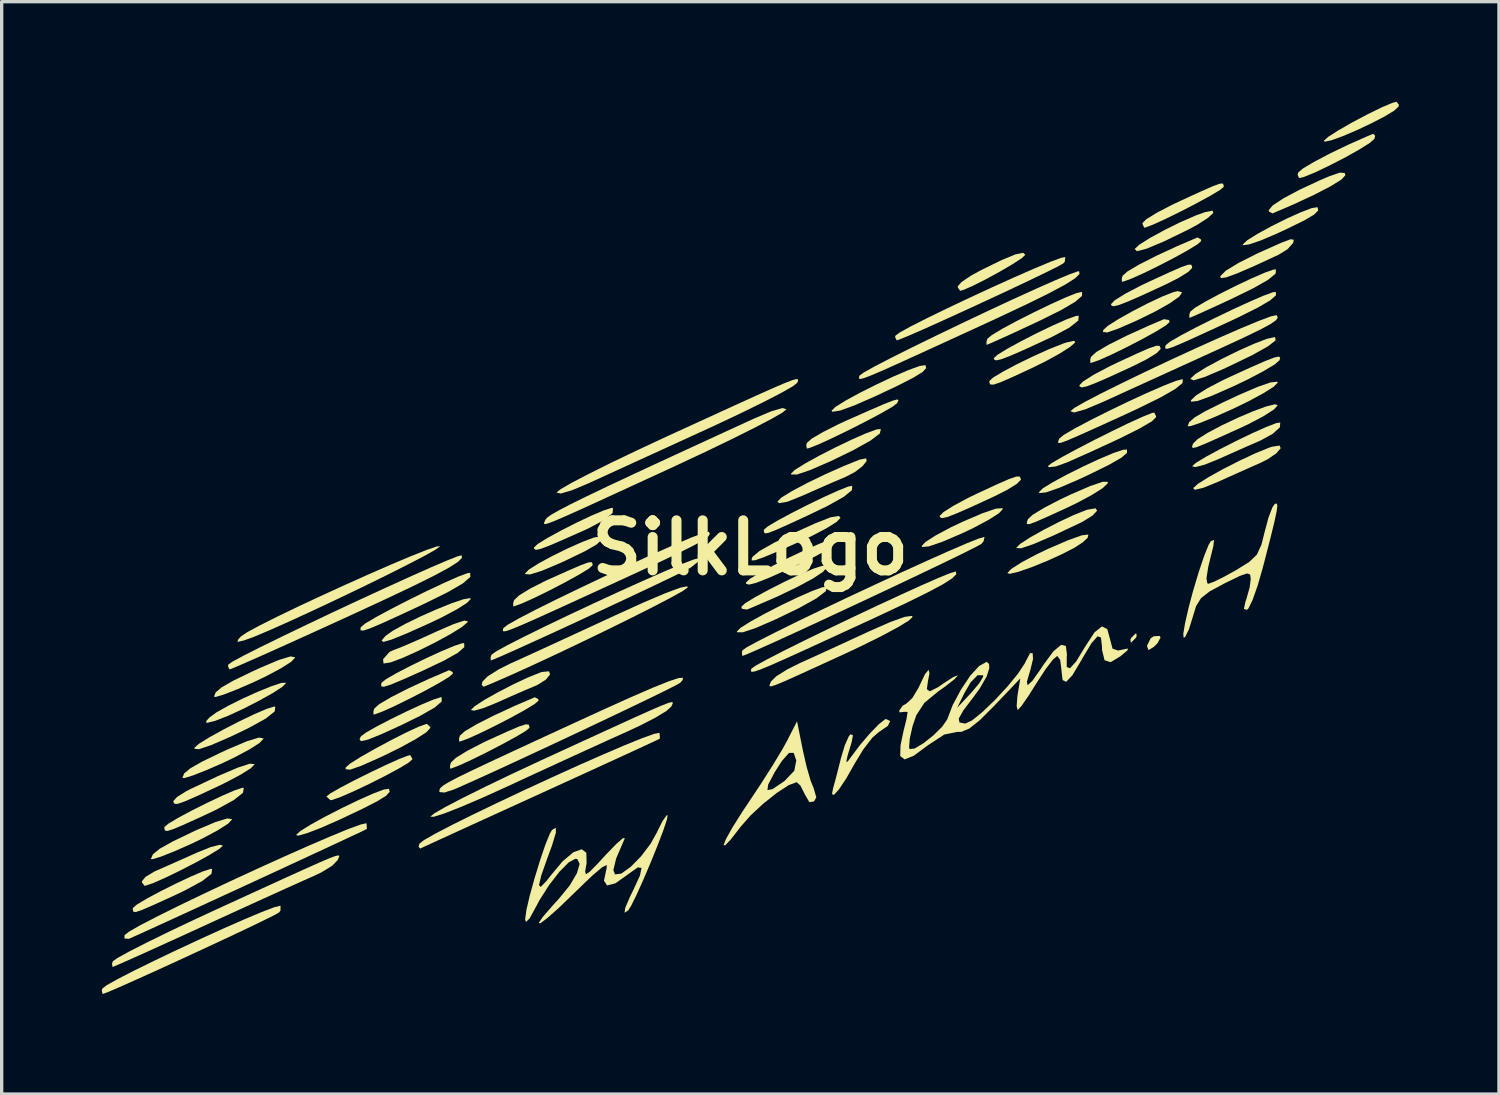
<source format=kicad_pcb>
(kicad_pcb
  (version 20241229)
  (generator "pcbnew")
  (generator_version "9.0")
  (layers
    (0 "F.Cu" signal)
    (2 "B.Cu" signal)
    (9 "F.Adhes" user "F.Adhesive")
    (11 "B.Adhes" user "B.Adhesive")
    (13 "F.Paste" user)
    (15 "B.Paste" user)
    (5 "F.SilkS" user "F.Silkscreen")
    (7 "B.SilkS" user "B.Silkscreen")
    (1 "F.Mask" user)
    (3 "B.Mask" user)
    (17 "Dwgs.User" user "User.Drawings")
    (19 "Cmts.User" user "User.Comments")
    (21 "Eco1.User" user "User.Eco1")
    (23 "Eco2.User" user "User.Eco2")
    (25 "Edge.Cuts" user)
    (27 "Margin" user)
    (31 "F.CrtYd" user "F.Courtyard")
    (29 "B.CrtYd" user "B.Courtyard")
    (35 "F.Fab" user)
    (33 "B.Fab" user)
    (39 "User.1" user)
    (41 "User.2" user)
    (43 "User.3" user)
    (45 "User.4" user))
  (footprint "SilkLogo"
    (layer "F.Cu")
    (at 19.44 13.367)
    (property "Reference" "SilkLogo" (at 0 0 0) (layer "F.SilkS") (effects (font (size 1.5 1.5) (thickness 0.3))))
    (attr board_only exclude_from_pos_files exclude_from_bom)
    (fp_poly (pts (xy 11.577 2.654) (xy 11.552 2.702) (xy 11.424 2.831) (xy 11.401 2.837) (xy 11.391 2.75) (xy 11.416 2.702) (xy 11.544 2.573) (xy 11.568 2.567)) (stroke (width 0) (type solid)) (fill yes) (layer "F.SilkS"))
    (fp_poly (pts (xy 12.295 2.69) (xy 12.202 2.862) (xy 12.092 2.972) (xy 11.932 3.068) (xy 11.889 2.951) (xy 11.889 2.936) (xy 11.999 2.712) (xy 12.092 2.653) (xy 12.266 2.643)) (stroke (width 0) (type solid)) (fill yes) (layer "F.SilkS"))
    (fp_poly (pts (xy 16.287 -9.232) (xy 16.269 -9.138) (xy 16.103 -8.95) (xy 15.834 -8.783) (xy 15.105 -8.446) (xy 14.591 -8.224) (xy 14.267 -8.105) (xy 14.107 -8.081) (xy 14.082 -8.136) (xy 14.244 -8.299) (xy 14.628 -8.535) (xy 15.204 -8.825) (xy 15.905 -9.138) (xy 16.189 -9.246)) (stroke (width 0) (type solid)) (fill yes) (layer "F.SilkS"))
    (fp_poly (pts (xy 13.876 -10.037) (xy 13.717 -9.889) (xy 13.404 -9.686) (xy 13.13 -9.538) (xy 12.395 -9.181) (xy 11.879 -8.964) (xy 11.586 -8.888) (xy 11.518 -8.953) (xy 11.659 -9.085) (xy 11.981 -9.287) (xy 12.415 -9.524) (xy 12.894 -9.76) (xy 13.35 -9.959) (xy 13.629 -10.06) (xy 13.855 -10.103)) (stroke (width 0) (type solid)) (fill yes) (layer "F.SilkS"))
    (fp_poly (pts (xy 17.812 -11.233) (xy 17.834 -11.164) (xy 17.715 -11.035) (xy 17.383 -10.83) (xy 16.88 -10.57) (xy 16.246 -10.276) (xy 15.647 -10.02) (xy 15.543 -10.077) (xy 15.537 -10.119) (xy 15.656 -10.261) (xy 15.982 -10.475) (xy 16.471 -10.735) (xy 17.078 -11.018) (xy 17.327 -11.124) (xy 17.662 -11.243)) (stroke (width 0) (type solid)) (fill yes) (layer "F.SilkS"))
    (fp_poly (pts (xy -14.24 4.765) (xy -14.256 4.905) (xy -14.519 5.116) (xy -15.032 5.4) (xy -15.566 5.657) (xy -16.16 5.915) (xy -16.525 6.038) (xy -16.663 6.026) (xy -16.66 5.993) (xy -16.524 5.873) (xy -16.214 5.681) (xy -15.794 5.449) (xy -15.327 5.208) (xy -14.876 4.992) (xy -14.505 4.832) (xy -14.278 4.761)) (stroke (width 0) (type solid)) (fill yes) (layer "F.SilkS"))
    (fp_poly (pts (xy 2.262 1.301) (xy 1.983 1.515) (xy 1.455 1.809) (xy 0.777 2.137) (xy 0.171 2.401) (xy -0.224 2.534) (xy -0.398 2.533) (xy -0.405 2.511) (xy -0.292 2.399) (xy 0.007 2.211) (xy 0.431 1.976) (xy 0.919 1.726) (xy 1.41 1.49) (xy 1.843 1.3) (xy 2.157 1.184) (xy 2.289 1.17)) (stroke (width 0) (type solid)) (fill yes) (layer "F.SilkS"))
    (fp_poly (pts (xy 3.883 -3.428) (xy 3.604 -3.214) (xy 3.076 -2.92) (xy 2.398 -2.591) (xy 1.792 -2.328) (xy 1.397 -2.195) (xy 1.224 -2.196) (xy 1.216 -2.218) (xy 1.329 -2.33) (xy 1.628 -2.518) (xy 2.052 -2.753) (xy 2.54 -3.003) (xy 3.031 -3.238) (xy 3.464 -3.429) (xy 3.779 -3.545) (xy 3.91 -3.559)) (stroke (width 0) (type solid)) (fill yes) (layer "F.SilkS"))
    (fp_poly (pts (xy 7.566 -1.159) (xy 7.45 -1.034) (xy 7.139 -0.835) (xy 6.686 -0.594) (xy 6.35 -0.434) (xy 5.754 -0.179) (xy 5.347 -0.04) (xy 5.15 -0.023) (xy 5.134 -0.05) (xy 5.249 -0.174) (xy 5.56 -0.373) (xy 6.013 -0.614) (xy 6.35 -0.774) (xy 6.953 -1.033) (xy 7.359 -1.172) (xy 7.552 -1.185)) (stroke (width 0) (type solid)) (fill yes) (layer "F.SilkS"))
    (fp_poly (pts (xy 8.241 -8.78) (xy 8.132 -8.677) (xy 7.849 -8.493) (xy 7.462 -8.267) (xy 7.041 -8.038) (xy 6.655 -7.844) (xy 6.374 -7.723) (xy 6.286 -7.701) (xy 6.217 -7.805) (xy 6.215 -7.834) (xy 6.326 -7.962) (xy 6.613 -8.156) (xy 6.899 -8.313) (xy 7.525 -8.619) (xy 7.943 -8.792) (xy 8.174 -8.841)) (stroke (width 0) (type solid)) (fill yes) (layer "F.SilkS"))
    (fp_poly (pts (xy 10.107 -0.297) (xy 9.964 -0.163) (xy 9.708 0.003) (xy 9.323 0.2) (xy 8.874 0.403) (xy 8.424 0.585) (xy 8.036 0.72) (xy 7.776 0.782) (xy 7.701 0.761) (xy 7.817 0.637) (xy 8.127 0.438) (xy 8.58 0.197) (xy 8.917 0.036) (xy 9.526 -0.227) (xy 9.935 -0.372) (xy 10.132 -0.396)) (stroke (width 0) (type solid)) (fill yes) (layer "F.SilkS"))
    (fp_poly (pts (xy 12.941 -7.654) (xy 12.856 -7.529) (xy 12.584 -7.335) (xy 12.155 -7.092) (xy 11.601 -6.819) (xy 11.035 -6.571) (xy 10.698 -6.452) (xy 10.569 -6.469) (xy 10.573 -6.521) (xy 10.711 -6.649) (xy 11.027 -6.85) (xy 11.451 -7.088) (xy 11.914 -7.327) (xy 12.347 -7.531) (xy 12.68 -7.662) (xy 12.809 -7.692)) (stroke (width 0) (type solid)) (fill yes) (layer "F.SilkS"))
    (fp_poly (pts (xy -15.539 8.134) (xy -15.537 8.145) (xy -15.652 8.269) (xy -15.963 8.468) (xy -16.415 8.71) (xy -16.753 8.873) (xy -17.264 9.099) (xy -17.669 9.259) (xy -17.917 9.334) (xy -17.969 9.328) (xy -17.908 9.189) (xy -17.704 9.022) (xy -17.321 8.807) (xy -16.727 8.521) (xy -16.574 8.451) (xy -16.031 8.221) (xy -15.679 8.114)) (stroke (width 0) (type solid)) (fill yes) (layer "F.SilkS"))
    (fp_poly (pts (xy -14.593 5.715) (xy -14.591 5.724) (xy -14.707 5.848) (xy -15.018 6.047) (xy -15.471 6.288) (xy -15.807 6.449) (xy -16.319 6.672) (xy -16.724 6.83) (xy -16.971 6.904) (xy -17.023 6.896) (xy -16.97 6.765) (xy -16.785 6.61) (xy -16.432 6.41) (xy -15.876 6.141) (xy -15.639 6.032) (xy -15.081 5.796) (xy -14.728 5.689)) (stroke (width 0) (type solid)) (fill yes) (layer "F.SilkS"))
    (fp_poly (pts (xy -13.647 3.283) (xy -13.646 3.292) (xy -13.761 3.417) (xy -14.072 3.615) (xy -14.525 3.856) (xy -14.862 4.017) (xy -15.373 4.24) (xy -15.778 4.398) (xy -16.026 4.472) (xy -16.078 4.464) (xy -16.024 4.333) (xy -15.839 4.179) (xy -15.486 3.978) (xy -14.93 3.709) (xy -14.693 3.6) (xy -14.136 3.364) (xy -13.782 3.257)) (stroke (width 0) (type solid)) (fill yes) (layer "F.SilkS"))
    (fp_poly (pts (xy -9.251 4.485) (xy -9.252 4.608) (xy -9.461 4.788) (xy -9.895 5.037) (xy -10.451 5.31) (xy -11.061 5.589) (xy -11.457 5.749) (xy -11.667 5.797) (xy -11.715 5.74) (xy -11.676 5.657) (xy -11.527 5.543) (xy -11.206 5.36) (xy -10.779 5.138) (xy -10.309 4.908) (xy -9.859 4.701) (xy -9.495 4.549) (xy -9.28 4.481)) (stroke (width 0) (type solid)) (fill yes) (layer "F.SilkS"))
    (fp_poly (pts (xy -8.923 3.727) (xy -8.917 3.773) (xy -9.029 3.871) (xy -9.322 4.049) (xy -9.732 4.275) (xy -10.196 4.515) (xy -10.648 4.738) (xy -11.025 4.908) (xy -11.264 4.994) (xy -11.296 4.999) (xy -11.297 4.898) (xy -11.271 4.818) (xy -11.12 4.685) (xy -10.765 4.477) (xy -10.252 4.216) (xy -9.63 3.928) (xy -9.027 3.67)) (stroke (width 0) (type solid)) (fill yes) (layer "F.SilkS"))
    (fp_poly (pts (xy -8.377 1.531) (xy -8.492 1.652) (xy -8.803 1.849) (xy -9.258 2.091) (xy -9.626 2.266) (xy -10.302 2.569) (xy -10.754 2.753) (xy -10.999 2.823) (xy -11.053 2.783) (xy -10.939 2.645) (xy -10.713 2.485) (xy -10.342 2.281) (xy -9.886 2.059) (xy -9.404 1.845) (xy -8.956 1.665) (xy -8.602 1.545) (xy -8.401 1.511)) (stroke (width 0) (type solid)) (fill yes) (layer "F.SilkS"))
    (fp_poly (pts (xy -6.356 4.538) (xy -6.35 4.583) (xy -6.462 4.681) (xy -6.755 4.86) (xy -7.165 5.086) (xy -7.629 5.326) (xy -8.081 5.548) (xy -8.458 5.719) (xy -8.697 5.805) (xy -8.729 5.81) (xy -8.73 5.709) (xy -8.704 5.629) (xy -8.553 5.496) (xy -8.198 5.287) (xy -7.685 5.027) (xy -7.063 4.739) (xy -6.46 4.481)) (stroke (width 0) (type solid)) (fill yes) (layer "F.SilkS"))
    (fp_poly (pts (xy -4.479 -0.336) (xy -4.463 -0.235) (xy -4.61 -0.097) (xy -4.945 0.097) (xy -5.498 0.365) (xy -5.708 0.462) (xy -6.246 0.689) (xy -6.601 0.8) (xy -6.751 0.788) (xy -6.754 0.773) (xy -6.64 0.655) (xy -6.346 0.469) (xy -5.937 0.247) (xy -5.481 0.023) (xy -5.044 -0.172) (xy -4.693 -0.305) (xy -4.495 -0.343)) (stroke (width 0) (type solid)) (fill yes) (layer "F.SilkS"))
    (fp_poly (pts (xy 2.291 0.588) (xy 2.179 0.722) (xy 1.874 0.923) (xy 1.403 1.177) (xy 0.797 1.468) (xy 0.082 1.777) (xy -0.101 1.852) (xy -0.253 1.829) (xy -0.27 1.77) (xy -0.157 1.664) (xy 0.14 1.482) (xy 0.556 1.256) (xy 1.028 1.017) (xy 1.493 0.797) (xy 1.886 0.629) (xy 2.143 0.545) (xy 2.181 0.54)) (stroke (width 0) (type solid)) (fill yes) (layer "F.SilkS"))
    (fp_poly (pts (xy 2.485 -0.101) (xy 2.234 0.103) (xy 1.824 0.322) (xy 1.073 0.672) (xy 0.532 0.911) (xy 0.173 1.052) (xy -0.036 1.105) (xy -0.126 1.081) (xy -0.135 1.045) (xy -0.021 0.937) (xy 0.277 0.754) (xy 0.699 0.526) (xy 1.182 0.283) (xy 1.667 0.055) (xy 2.09 -0.128) (xy 2.39 -0.235) (xy 2.503 -0.244)) (stroke (width 0) (type solid)) (fill yes) (layer "F.SilkS"))
    (fp_poly (pts (xy 2.702 -0.897) (xy 2.586 -0.775) (xy 2.273 -0.579) (xy 1.815 -0.34) (xy 1.43 -0.161) (xy 0.801 0.117) (xy 0.382 0.292) (xy 0.139 0.376) (xy 0.038 0.38) (xy 0.043 0.314) (xy 0.069 0.268) (xy 0.274 0.097) (xy 0.727 -0.158) (xy 1.419 -0.494) (xy 1.944 -0.731) (xy 2.406 -0.913) (xy 2.652 -0.953)) (stroke (width 0) (type solid)) (fill yes) (layer "F.SilkS"))
    (fp_poly (pts (xy 3.485 -2.598) (xy 3.363 -2.447) (xy 3.139 -2.273) (xy 2.863 -2.128) (xy 2.459 -1.956) (xy 1.944 -1.731) (xy 1.587 -1.571) (xy 1.113 -1.38) (xy 0.859 -1.336) (xy 0.814 -1.387) (xy 0.931 -1.504) (xy 1.244 -1.697) (xy 1.697 -1.938) (xy 2.237 -2.199) (xy 2.808 -2.453) (xy 3.278 -2.642) (xy 3.47 -2.679)) (stroke (width 0) (type solid)) (fill yes) (layer "F.SilkS"))
    (fp_poly (pts (xy 10.392 -1.109) (xy 10.251 -0.961) (xy 9.944 -0.773) (xy 9.897 -0.75) (xy 9.08 -0.365) (xy 8.484 -0.109) (xy 8.114 0.016) (xy 7.973 0.009) (xy 7.971 -0.000005) (xy 8.084 -0.114) (xy 8.377 -0.304) (xy 8.786 -0.535) (xy 9.247 -0.772) (xy 9.692 -0.981) (xy 10.059 -1.127) (xy 10.099 -1.14) (xy 10.348 -1.182)) (stroke (width 0) (type solid)) (fill yes) (layer "F.SilkS"))
    (fp_poly (pts (xy 11.289 -2.845) (xy 11.119 -2.698) (xy 10.754 -2.488) (xy 10.172 -2.202) (xy 9.823 -2.039) (xy 9.258 -1.796) (xy 8.862 -1.659) (xy 8.664 -1.639) (xy 8.647 -1.664) (xy 8.76 -1.777) (xy 9.06 -1.962) (xy 9.483 -2.191) (xy 9.968 -2.433) (xy 10.453 -2.658) (xy 10.877 -2.837) (xy 11.177 -2.938) (xy 11.288 -2.943)) (stroke (width 0) (type solid)) (fill yes) (layer "F.SilkS"))
    (fp_poly (pts (xy 12.547 -6.826) (xy 12.565 -6.764) (xy 12.453 -6.663) (xy 12.159 -6.482) (xy 11.749 -6.255) (xy 11.286 -6.015) (xy 10.833 -5.794) (xy 10.457 -5.625) (xy 10.22 -5.543) (xy 10.191 -5.539) (xy 10.186 -5.64) (xy 10.213 -5.725) (xy 10.37 -5.868) (xy 10.738 -6.085) (xy 11.277 -6.355) (xy 11.946 -6.659) (xy 12.396 -6.85)) (stroke (width 0) (type solid)) (fill yes) (layer "F.SilkS"))
    (fp_poly (pts (xy 13.504 -9.242) (xy 13.511 -9.192) (xy 13.399 -9.093) (xy 13.105 -8.913) (xy 12.695 -8.687) (xy 12.231 -8.447) (xy 11.779 -8.226) (xy 11.403 -8.058) (xy 11.166 -7.975) (xy 11.137 -7.971) (xy 11.131 -8.072) (xy 11.157 -8.152) (xy 11.308 -8.285) (xy 11.663 -8.494) (xy 12.175 -8.754) (xy 12.798 -9.042) (xy 13.401 -9.3)) (stroke (width 0) (type solid)) (fill yes) (layer "F.SilkS"))
    (fp_poly (pts (xy 15.728 -6.309) (xy 15.744 -6.217) (xy 15.514 -6.037) (xy 15.047 -5.776) (xy 14.351 -5.439) (xy 14.159 -5.35) (xy 13.607 -5.115) (xy 13.284 -5.018) (xy 13.19 -5.058) (xy 13.194 -5.073) (xy 13.343 -5.211) (xy 13.675 -5.416) (xy 14.121 -5.656) (xy 14.615 -5.899) (xy 15.089 -6.111) (xy 15.476 -6.26) (xy 15.708 -6.312)) (stroke (width 0) (type solid)) (fill yes) (layer "F.SilkS"))
    (fp_poly (pts (xy 15.807 -4.951) (xy 15.692 -4.831) (xy 15.379 -4.632) (xy 14.919 -4.384) (xy 14.456 -4.16) (xy 13.916 -3.919) (xy 13.478 -3.741) (xy 13.192 -3.645) (xy 13.105 -3.643) (xy 13.152 -3.763) (xy 13.314 -3.905) (xy 13.629 -4.09) (xy 14.133 -4.341) (xy 14.625 -4.572) (xy 15.193 -4.817) (xy 15.59 -4.955) (xy 15.789 -4.976)) (stroke (width 0) (type solid)) (fill yes) (layer "F.SilkS"))
    (fp_poly (pts (xy 16.999 -10.203) (xy 17.02 -10.11) (xy 16.898 -9.986) (xy 16.601 -9.811) (xy 16.099 -9.564) (xy 15.764 -9.409) (xy 15.299 -9.211) (xy 14.951 -9.092) (xy 14.771 -9.067) (xy 14.758 -9.09) (xy 14.892 -9.216) (xy 15.2 -9.408) (xy 15.613 -9.634) (xy 16.065 -9.86) (xy 16.491 -10.052) (xy 16.822 -10.179) (xy 16.993 -10.206)) (stroke (width 0) (type solid)) (fill yes) (layer "F.SilkS"))
    (fp_poly (pts (xy 18.727 -12.35) (xy 18.705 -12.256) (xy 18.564 -12.132) (xy 18.247 -11.933) (xy 17.821 -11.695) (xy 17.357 -11.456) (xy 16.924 -11.249) (xy 16.59 -11.113) (xy 16.447 -11.079) (xy 16.402 -11.177) (xy 16.421 -11.248) (xy 16.564 -11.369) (xy 16.898 -11.567) (xy 17.365 -11.813) (xy 17.909 -12.075) (xy 18.472 -12.325) (xy 18.669 -12.407)) (stroke (width 0) (type solid)) (fill yes) (layer "F.SilkS"))
    (fp_poly (pts (xy 19.437 -13.279) (xy 19.426 -13.22) (xy 19.296 -13.1) (xy 19.003 -12.923) (xy 18.607 -12.718) (xy 18.169 -12.512) (xy 17.75 -12.334) (xy 17.411 -12.211) (xy 17.213 -12.171) (xy 17.188 -12.198) (xy 17.319 -12.316) (xy 17.625 -12.511) (xy 18.039 -12.748) (xy 18.492 -12.988) (xy 18.914 -13.195) (xy 19.237 -13.332) (xy 19.365 -13.367)) (stroke (width 0) (type solid)) (fill yes) (layer "F.SilkS"))
    (fp_poly (pts (xy -16.133 9.627) (xy -16.151 9.772) (xy -16.427 9.988) (xy -16.959 10.277) (xy -17.345 10.459) (xy -17.886 10.705) (xy -18.226 10.853) (xy -18.413 10.917) (xy -18.492 10.911) (xy -18.509 10.848) (xy -18.51 10.802) (xy -18.397 10.701) (xy -18.104 10.524) (xy -17.694 10.304) (xy -17.231 10.072) (xy -16.781 9.86) (xy -16.407 9.7) (xy -16.175 9.625)) (stroke (width 0) (type solid)) (fill yes) (layer "F.SilkS"))
    (fp_poly (pts (xy -15.185 7.197) (xy -15.206 7.343) (xy -15.48 7.561) (xy -16.003 7.848) (xy -16.394 8.033) (xy -16.935 8.279) (xy -17.277 8.426) (xy -17.465 8.487) (xy -17.545 8.478) (xy -17.564 8.409) (xy -17.564 8.375) (xy -17.452 8.276) (xy -17.159 8.1) (xy -16.749 7.88) (xy -16.286 7.648) (xy -15.836 7.435) (xy -15.462 7.273) (xy -15.229 7.195)) (stroke (width 0) (type solid)) (fill yes) (layer "F.SilkS"))
    (fp_poly (pts (xy -14.863 6.486) (xy -14.862 6.496) (xy -14.976 6.611) (xy -15.283 6.804) (xy -15.729 7.04) (xy -15.996 7.169) (xy -16.572 7.437) (xy -16.947 7.601) (xy -17.164 7.676) (xy -17.265 7.675) (xy -17.293 7.613) (xy -17.294 7.591) (xy -17.183 7.469) (xy -16.908 7.297) (xy -16.787 7.235) (xy -15.96 6.845) (xy -15.365 6.591) (xy -15 6.472)) (stroke (width 0) (type solid)) (fill yes) (layer "F.SilkS"))
    (fp_poly (pts (xy -13.916 4.055) (xy -14.029 4.17) (xy -14.323 4.36) (xy -14.735 4.59) (xy -15.198 4.827) (xy -15.649 5.035) (xy -16.021 5.18) (xy -16.078 5.198) (xy -16.304 5.253) (xy -16.307 5.192) (xy -16.213 5.088) (xy -16.004 4.935) (xy -15.651 4.737) (xy -15.218 4.521) (xy -14.765 4.317) (xy -14.356 4.151) (xy -14.053 4.051) (xy -13.918 4.047)) (stroke (width 0) (type solid)) (fill yes) (layer "F.SilkS"))
    (fp_poly (pts (xy -10.809 7.312) (xy -10.911 7.428) (xy -11.171 7.591) (xy -11.618 7.821) (xy -12.282 8.135) (xy -12.339 8.161) (xy -12.868 8.394) (xy -13.288 8.555) (xy -13.551 8.629) (xy -13.618 8.61) (xy -13.486 8.49) (xy -13.174 8.296) (xy -12.74 8.057) (xy -12.244 7.803) (xy -11.746 7.563) (xy -11.305 7.367) (xy -10.981 7.245) (xy -10.834 7.226)) (stroke (width 0) (type solid)) (fill yes) (layer "F.SilkS"))
    (fp_poly (pts (xy -8.578 2.861) (xy -8.574 2.979) (xy -8.768 3.149) (xy -9.18 3.381) (xy -9.824 3.687) (xy -10.402 3.945) (xy -10.775 4.101) (xy -10.982 4.166) (xy -11.065 4.153) (xy -11.062 4.071) (xy -11.055 4.048) (xy -10.924 3.942) (xy -10.616 3.763) (xy -10.192 3.543) (xy -9.719 3.312) (xy -9.258 3.101) (xy -8.873 2.94) (xy -8.629 2.86)) (stroke (width 0) (type solid)) (fill yes) (layer "F.SilkS"))
    (fp_poly (pts (xy -6.003 3.797) (xy -6.128 3.951) (xy -6.382 4.112) (xy -6.455 4.144) (xy -6.778 4.28) (xy -7.233 4.479) (xy -7.6 4.643) (xy -7.998 4.805) (xy -8.278 4.883) (xy -8.377 4.864) (xy -8.264 4.75) (xy -7.971 4.56) (xy -7.562 4.329) (xy -7.102 4.092) (xy -6.656 3.883) (xy -6.29 3.737) (xy -6.25 3.724) (xy -6.035 3.703)) (stroke (width 0) (type solid)) (fill yes) (layer "F.SilkS"))
    (fp_poly (pts (xy -4.117 -1.19) (xy -4.129 -1.041) (xy -4.38 -0.833) (xy -4.847 -0.584) (xy -4.931 -0.545) (xy -5.574 -0.258) (xy -6.011 -0.07) (xy -6.281 0.033) (xy -6.424 0.064) (xy -6.478 0.037) (xy -6.485 -0.007) (xy -6.373 -0.113) (xy -6.08 -0.294) (xy -5.67 -0.518) (xy -5.209 -0.752) (xy -4.76 -0.964) (xy -4.388 -1.122) (xy -4.158 -1.194)) (stroke (width 0) (type solid)) (fill yes) (layer "F.SilkS"))
    (fp_poly (pts (xy 3.042 -1.724) (xy 2.799 -1.526) (xy 2.316 -1.255) (xy 1.704 -0.96) (xy 1.127 -0.694) (xy 0.753 -0.527) (xy 0.537 -0.444) (xy 0.436 -0.43) (xy 0.407 -0.473) (xy 0.405 -0.539) (xy 0.518 -0.637) (xy 0.814 -0.814) (xy 1.234 -1.04) (xy 1.717 -1.285) (xy 2.201 -1.519) (xy 2.626 -1.711) (xy 2.932 -1.833) (xy 3.054 -1.855)) (stroke (width 0) (type solid)) (fill yes) (layer "F.SilkS"))
    (fp_poly (pts (xy 5.248 -5.47) (xy 5.269 -5.384) (xy 5.159 -5.266) (xy 4.888 -5.099) (xy 4.427 -4.863) (xy 3.749 -4.543) (xy 3.124 -4.269) (xy 2.689 -4.111) (xy 2.462 -4.075) (xy 2.432 -4.105) (xy 2.546 -4.219) (xy 2.847 -4.407) (xy 3.276 -4.641) (xy 3.773 -4.89) (xy 4.278 -5.128) (xy 4.732 -5.323) (xy 5.073 -5.448) (xy 5.244 -5.473)) (stroke (width 0) (type solid)) (fill yes) (layer "F.SilkS"))
    (fp_poly (pts (xy 9.828 -6.808) (xy 9.557 -6.595) (xy 9.032 -6.316) (xy 8.948 -6.277) (xy 8.279 -5.967) (xy 7.816 -5.763) (xy 7.523 -5.65) (xy 7.364 -5.615) (xy 7.302 -5.646) (xy 7.296 -5.682) (xy 7.408 -5.785) (xy 7.704 -5.966) (xy 8.121 -6.194) (xy 8.596 -6.437) (xy 9.069 -6.664) (xy 9.476 -6.844) (xy 9.755 -6.946) (xy 9.843 -6.954)) (stroke (width 0) (type solid)) (fill yes) (layer "F.SilkS"))
    (fp_poly (pts (xy 10.712 -1.932) (xy 10.56 -1.787) (xy 10.22 -1.573) (xy 9.751 -1.324) (xy 9.491 -1.2) (xy 8.924 -0.94) (xy 8.561 -0.78) (xy 8.363 -0.708) (xy 8.286 -0.712) (xy 8.291 -0.781) (xy 8.321 -0.86) (xy 8.468 -0.993) (xy 8.806 -1.198) (xy 9.277 -1.443) (xy 9.591 -1.592) (xy 10.185 -1.849) (xy 10.555 -1.976) (xy 10.71 -1.977)) (stroke (width 0) (type solid)) (fill yes) (layer "F.SilkS"))
    (fp_poly (pts (xy 15.743 -8.217) (xy 15.515 -8.029) (xy 15.056 -7.769) (xy 14.404 -7.451) (xy 13.889 -7.213) (xy 13.476 -7.025) (xy 13.217 -6.912) (xy 13.158 -6.89) (xy 13.157 -6.992) (xy 13.185 -7.075) (xy 13.319 -7.188) (xy 13.631 -7.374) (xy 14.058 -7.603) (xy 14.539 -7.845) (xy 15.011 -8.068) (xy 15.411 -8.242) (xy 15.679 -8.337) (xy 15.753 -8.341)) (stroke (width 0) (type solid)) (fill yes) (layer "F.SilkS"))
    (fp_poly (pts (xy 15.87 -3.608) (xy 15.654 -3.413) (xy 15.285 -3.212) (xy 15.267 -3.204) (xy 14.879 -3.035) (xy 14.375 -2.811) (xy 14.017 -2.651) (xy 13.619 -2.491) (xy 13.339 -2.418) (xy 13.24 -2.443) (xy 13.353 -2.544) (xy 13.65 -2.724) (xy 14.07 -2.952) (xy 14.553 -3.197) (xy 15.036 -3.43) (xy 15.46 -3.619) (xy 15.763 -3.736) (xy 15.882 -3.753)) (stroke (width 0) (type solid)) (fill yes) (layer "F.SilkS"))
    (fp_poly (pts (xy 15.88 -5.695) (xy 15.862 -5.621) (xy 15.718 -5.496) (xy 15.38 -5.293) (xy 14.902 -5.042) (xy 14.459 -4.831) (xy 13.825 -4.552) (xy 13.407 -4.4) (xy 13.212 -4.377) (xy 13.202 -4.417) (xy 13.354 -4.563) (xy 13.691 -4.776) (xy 14.149 -5.016) (xy 14.307 -5.091) (xy 14.967 -5.393) (xy 15.419 -5.592) (xy 15.698 -5.7) (xy 15.84 -5.731)) (stroke (width 0) (type solid)) (fill yes) (layer "F.SilkS"))
    (fp_poly (pts (xy 15.895 -2.983) (xy 15.767 -2.833) (xy 15.509 -2.655) (xy 15.298 -2.549) (xy 14.893 -2.37) (xy 14.375 -2.138) (xy 14.005 -1.971) (xy 13.569 -1.794) (xy 13.32 -1.737) (xy 13.273 -1.786) (xy 13.412 -1.914) (xy 13.734 -2.117) (xy 14.173 -2.361) (xy 14.667 -2.612) (xy 15.149 -2.837) (xy 15.556 -3.002) (xy 15.638 -3.029) (xy 15.862 -3.063)) (stroke (width 0) (type solid)) (fill yes) (layer "F.SilkS"))
    (fp_poly (pts (xy -15.807 8.927) (xy -15.92 9.029) (xy -16.213 9.208) (xy -16.623 9.434) (xy -17.085 9.672) (xy -17.534 9.89) (xy -17.906 10.054) (xy -18.136 10.131) (xy -18.158 10.133) (xy -18.237 10.029) (xy -18.239 10) (xy -18.128 9.863) (xy -17.854 9.7) (xy -17.8 9.676) (xy -17.433 9.515) (xy -16.945 9.298) (xy -16.584 9.136) (xy -16.186 8.976) (xy -15.906 8.903)) (stroke (width 0) (type solid)) (fill yes) (layer "F.SilkS"))
    (fp_poly (pts (xy -9.595 5.372) (xy -9.593 5.402) (xy -9.708 5.528) (xy -10.022 5.731) (xy -10.481 5.983) (xy -11.034 6.256) (xy -11.631 6.521) (xy -11.663 6.535) (xy -12 6.653) (xy -12.131 6.637) (xy -12.128 6.584) (xy -11.998 6.471) (xy -11.688 6.275) (xy -11.264 6.033) (xy -10.79 5.778) (xy -10.33 5.544) (xy -9.949 5.367) (xy -9.712 5.282) (xy -9.694 5.279)) (stroke (width 0) (type solid)) (fill yes) (layer "F.SilkS"))
    (fp_poly (pts (xy -8.468 2.206) (xy -8.477 2.231) (xy -8.644 2.375) (xy -8.991 2.59) (xy -9.45 2.84) (xy -9.952 3.09) (xy -10.431 3.305) (xy -10.784 3.437) (xy -10.994 3.47) (xy -11.008 3.352) (xy -11.001 3.332) (xy -10.815 3.123) (xy -10.698 3.068) (xy -10.475 2.983) (xy -10.081 2.815) (xy -9.588 2.594) (xy -9.417 2.515) (xy -8.892 2.287) (xy -8.571 2.183)) (stroke (width 0) (type solid)) (fill yes) (layer "F.SilkS"))
    (fp_poly (pts (xy 8.076 -2.133) (xy 8.105 -2.068) (xy 8.106 -2.037) (xy 7.993 -1.919) (xy 7.699 -1.736) (xy 7.33 -1.549) (xy 6.659 -1.239) (xy 6.196 -1.035) (xy 5.902 -0.921) (xy 5.743 -0.887) (xy 5.681 -0.917) (xy 5.674 -0.953) (xy 5.789 -1.07) (xy 6.096 -1.263) (xy 6.541 -1.501) (xy 6.809 -1.63) (xy 7.384 -1.897) (xy 7.759 -2.061) (xy 7.975 -2.135)) (stroke (width 0) (type solid)) (fill yes) (layer "F.SilkS"))
    (fp_poly (pts (xy 9.735 -6.152) (xy 9.581 -6.018) (xy 9.274 -5.822) (xy 8.844 -5.586) (xy 8.439 -5.387) (xy 7.869 -5.122) (xy 7.499 -4.96) (xy 7.287 -4.889) (xy 7.189 -4.895) (xy 7.161 -4.964) (xy 7.161 -4.995) (xy 7.274 -5.1) (xy 7.574 -5.28) (xy 7.996 -5.504) (xy 8.477 -5.738) (xy 8.955 -5.953) (xy 9.367 -6.117) (xy 9.472 -6.152) (xy 9.709 -6.204)) (stroke (width 0) (type solid)) (fill yes) (layer "F.SilkS"))
    (fp_poly (pts (xy 12.158 -3.948) (xy 12.16 -3.915) (xy 12.033 -3.788) (xy 11.657 -3.569) (xy 11.033 -3.258) (xy 10.164 -2.857) (xy 9.491 -2.558) (xy 9.155 -2.437) (xy 8.948 -2.413) (xy 8.917 -2.445) (xy 9.03 -2.536) (xy 9.333 -2.714) (xy 9.77 -2.95) (xy 10.285 -3.218) (xy 10.825 -3.488) (xy 11.332 -3.733) (xy 11.753 -3.925) (xy 12.032 -4.036) (xy 12.103 -4.053)) (stroke (width 0) (type solid)) (fill yes) (layer "F.SilkS"))
    (fp_poly (pts (xy 12.265 -6.051) (xy 12.294 -5.986) (xy 12.295 -5.955) (xy 12.182 -5.837) (xy 11.887 -5.654) (xy 11.518 -5.467) (xy 10.848 -5.157) (xy 10.384 -4.953) (xy 10.091 -4.839) (xy 9.931 -4.805) (xy 9.869 -4.835) (xy 9.863 -4.871) (xy 9.977 -4.988) (xy 10.285 -5.182) (xy 10.73 -5.419) (xy 10.997 -5.548) (xy 11.573 -5.815) (xy 11.947 -5.979) (xy 12.163 -6.053)) (stroke (width 0) (type solid)) (fill yes) (layer "F.SilkS"))
    (fp_poly (pts (xy 13.239 -8.431) (xy 13.24 -8.386) (xy 13.127 -8.269) (xy 12.833 -8.086) (xy 12.464 -7.899) (xy 11.793 -7.589) (xy 11.33 -7.385) (xy 11.036 -7.271) (xy 10.877 -7.237) (xy 10.815 -7.267) (xy 10.809 -7.303) (xy 10.923 -7.419) (xy 11.232 -7.611) (xy 11.679 -7.846) (xy 11.959 -7.98) (xy 12.53 -8.242) (xy 12.9 -8.405) (xy 13.112 -8.481) (xy 13.211 -8.486)) (stroke (width 0) (type solid)) (fill yes) (layer "F.SilkS"))
    (fp_poly (pts (xy 15.807 -4.272) (xy 15.692 -4.144) (xy 15.381 -3.944) (xy 14.93 -3.706) (xy 14.636 -3.568) (xy 14.022 -3.291) (xy 13.615 -3.111) (xy 13.375 -3.015) (xy 13.263 -2.99) (xy 13.237 -3.022) (xy 13.26 -3.099) (xy 13.267 -3.12) (xy 13.405 -3.256) (xy 13.712 -3.448) (xy 14.13 -3.669) (xy 14.6 -3.891) (xy 15.061 -4.088) (xy 15.455 -4.233) (xy 15.723 -4.3)) (stroke (width 0) (type solid)) (fill yes) (layer "F.SilkS"))
    (fp_poly (pts (xy -10.134 6.319) (xy -10.133 6.344) (xy -10.246 6.443) (xy -10.542 6.62) (xy -10.958 6.844) (xy -11.429 7.081) (xy -11.893 7.301) (xy -12.284 7.471) (xy -12.541 7.56) (xy -12.584 7.566) (xy -12.699 7.466) (xy -12.7 7.45) (xy -12.587 7.361) (xy -12.291 7.192) (xy -11.875 6.974) (xy -11.401 6.738) (xy -10.932 6.514) (xy -10.531 6.334) (xy -10.261 6.23) (xy -10.195 6.215)) (stroke (width 0) (type solid)) (fill yes) (layer "F.SilkS"))
    (fp_poly (pts (xy -6.642 5.302) (xy -6.621 5.373) (xy -6.62 5.398) (xy -6.732 5.491) (xy -7.024 5.665) (xy -7.434 5.888) (xy -7.896 6.128) (xy -8.348 6.351) (xy -8.725 6.524) (xy -8.963 6.614) (xy -8.999 6.62) (xy -9 6.519) (xy -8.972 6.432) (xy -8.822 6.294) (xy -8.486 6.087) (xy -8.026 5.848) (xy -7.833 5.757) (xy -7.28 5.506) (xy -6.927 5.355) (xy -6.729 5.292)) (stroke (width 0) (type solid)) (fill yes) (layer "F.SilkS"))
    (fp_poly (pts (xy -4.731 0.474) (xy -4.729 0.527) (xy -4.841 0.626) (xy -5.134 0.805) (xy -5.544 1.032) (xy -6.007 1.273) (xy -6.46 1.495) (xy -6.837 1.666) (xy -7.076 1.752) (xy -7.108 1.756) (xy -7.108 1.655) (xy -7.08 1.568) (xy -6.929 1.426) (xy -6.594 1.221) (xy -6.141 0.992) (xy -6.037 0.944) (xy -5.457 0.685) (xy -5.081 0.522) (xy -4.863 0.442) (xy -4.761 0.431)) (stroke (width 0) (type solid)) (fill yes) (layer "F.SilkS"))
    (fp_poly (pts (xy 9.942 -7.666) (xy 9.939 -7.547) (xy 9.731 -7.368) (xy 9.305 -7.119) (xy 8.644 -6.791) (xy 8.458 -6.704) (xy 7.914 -6.451) (xy 7.468 -6.248) (xy 7.172 -6.117) (xy 7.078 -6.08) (xy 7.078 -6.181) (xy 7.105 -6.266) (xy 7.24 -6.377) (xy 7.554 -6.565) (xy 7.991 -6.8) (xy 8.491 -7.053) (xy 8.994 -7.296) (xy 9.442 -7.499) (xy 9.777 -7.633) (xy 9.938 -7.669)) (stroke (width 0) (type solid)) (fill yes) (layer "F.SilkS"))
    (fp_poly (pts (xy 14.185 -10.869) (xy 14.186 -10.815) (xy 14.074 -10.722) (xy 13.782 -10.547) (xy 13.372 -10.324) (xy 12.909 -10.084) (xy 12.457 -9.862) (xy 12.079 -9.689) (xy 11.84 -9.599) (xy 11.803 -9.593) (xy 11.756 -9.698) (xy 11.754 -9.734) (xy 11.869 -9.848) (xy 12.178 -10.038) (xy 12.626 -10.272) (xy 12.916 -10.409) (xy 13.485 -10.67) (xy 13.852 -10.832) (xy 14.062 -10.91) (xy 14.158 -10.918)) (stroke (width 0) (type solid)) (fill yes) (layer "F.SilkS"))
    (fp_poly (pts (xy -8.395 0.876) (xy -8.615 1.067) (xy -9.068 1.331) (xy -9.765 1.675) (xy -9.844 1.712) (xy -10.566 2.048) (xy -11.077 2.281) (xy -11.412 2.421) (xy -11.602 2.483) (xy -11.682 2.476) (xy -11.686 2.415) (xy -11.672 2.376) (xy -11.539 2.268) (xy -11.22 2.079) (xy -10.77 1.836) (xy -10.244 1.566) (xy -9.697 1.296) (xy -9.184 1.055) (xy -8.76 0.867) (xy -8.479 0.762) (xy -8.397 0.753)) (stroke (width 0) (type solid)) (fill yes) (layer "F.SilkS"))
    (fp_poly (pts (xy 4.439 -4.418) (xy 4.402 -4.341) (xy 4.394 -4.328) (xy 4.245 -4.218) (xy 3.915 -4.028) (xy 3.466 -3.789) (xy 2.964 -3.534) (xy 2.47 -3.294) (xy 2.05 -3.101) (xy 1.767 -2.989) (xy 1.695 -2.972) (xy 1.674 -3.072) (xy 1.696 -3.144) (xy 1.842 -3.272) (xy 2.178 -3.469) (xy 2.644 -3.704) (xy 2.899 -3.821) (xy 3.557 -4.112) (xy 4.004 -4.305) (xy 4.277 -4.412) (xy 4.41 -4.446)) (stroke (width 0) (type solid)) (fill yes) (layer "F.SilkS"))
    (fp_poly (pts (xy 15.752 -7.565) (xy 15.577 -7.412) (xy 15.206 -7.196) (xy 14.616 -6.902) (xy 14.186 -6.701) (xy 13.488 -6.38) (xy 12.999 -6.158) (xy 12.685 -6.024) (xy 12.51 -5.965) (xy 12.437 -5.967) (xy 12.433 -6.017) (xy 12.45 -6.074) (xy 12.581 -6.178) (xy 12.898 -6.362) (xy 13.348 -6.599) (xy 13.875 -6.863) (xy 14.424 -7.127) (xy 14.941 -7.365) (xy 15.371 -7.551) (xy 15.66 -7.657) (xy 15.75 -7.668)) (stroke (width 0) (type solid)) (fill yes) (layer "F.SilkS"))
    (fp_poly (pts (xy 12.962 -5.046) (xy 12.951 -4.934) (xy 12.73 -4.755) (xy 12.287 -4.502) (xy 11.61 -4.169) (xy 11.079 -3.923) (xy 10.355 -3.594) (xy 9.843 -3.364) (xy 9.508 -3.219) (xy 9.316 -3.148) (xy 9.232 -3.137) (xy 9.222 -3.175) (xy 9.25 -3.25) (xy 9.259 -3.273) (xy 9.396 -3.384) (xy 9.722 -3.575) (xy 10.186 -3.821) (xy 10.736 -4.097) (xy 11.319 -4.378) (xy 11.884 -4.638) (xy 12.379 -4.854) (xy 12.75 -5) (xy 12.947 -5.051)) (stroke (width 0) (type solid)) (fill yes) (layer "F.SilkS"))
    (fp_poly (pts (xy 4.864 2.073) (xy 4.747 2.184) (xy 4.423 2.382) (xy 3.934 2.644) (xy 3.319 2.949) (xy 2.819 3.184) (xy 2.014 3.553) (xy 1.423 3.823) (xy 1.015 4.006) (xy 0.758 4.112) (xy 0.621 4.155) (xy 0.573 4.146) (xy 0.581 4.097) (xy 0.614 4.019) (xy 0.617 4.011) (xy 0.773 3.855) (xy 1.105 3.646) (xy 1.478 3.46) (xy 1.951 3.245) (xy 2.57 2.962) (xy 3.232 2.657) (xy 3.563 2.504) (xy 4.192 2.227) (xy 4.622 2.072) (xy 4.84 2.043)) (stroke (width 0) (type solid)) (fill yes) (layer "F.SilkS"))
    (fp_poly (pts (xy -1.879 1.192) (xy -2.02 1.293) (xy -2.368 1.487) (xy -2.88 1.755) (xy -3.519 2.078) (xy -4.243 2.435) (xy -5.013 2.808) (xy -5.789 3.177) (xy -6.53 3.523) (xy -7.197 3.825) (xy -7.75 4.066) (xy -7.993 4.166) (xy -8.053 4.108) (xy -8.03 4.011) (xy -7.873 3.854) (xy -7.542 3.645) (xy -7.186 3.467) (xy -6.813 3.298) (xy -6.251 3.041) (xy -5.556 2.721) (xy -4.784 2.365) (xy -4.086 2.042) (xy -3.206 1.642) (xy -2.542 1.36) (xy -2.102 1.197) (xy -1.892 1.156)) (stroke (width 0) (type solid)) (fill yes) (layer "F.SilkS"))
    (fp_poly (pts (xy 9.424 -8.574) (xy 9.381 -8.524) (xy 9.228 -8.436) (xy 8.877 -8.261) (xy 8.373 -8.018) (xy 7.764 -7.73) (xy 7.094 -7.418) (xy 6.41 -7.102) (xy 5.759 -6.805) (xy 5.185 -6.547) (xy 4.734 -6.351) (xy 4.454 -6.236) (xy 4.386 -6.215) (xy 4.338 -6.312) (xy 4.348 -6.356) (xy 4.478 -6.453) (xy 4.809 -6.635) (xy 5.295 -6.881) (xy 5.892 -7.172) (xy 6.555 -7.486) (xy 7.24 -7.803) (xy 7.903 -8.103) (xy 8.499 -8.364) (xy 8.983 -8.566) (xy 9.311 -8.688) (xy 9.437 -8.713)) (stroke (width 0) (type solid)) (fill yes) (layer "F.SilkS"))
    (fp_poly (pts (xy -14.081 10.734) (xy -14.085 10.881) (xy -14.128 10.932) (xy -14.276 11.016) (xy -14.624 11.188) (xy -15.127 11.43) (xy -15.742 11.72) (xy -16.423 12.037) (xy -17.126 12.362) (xy -17.807 12.674) (xy -18.421 12.951) (xy -18.923 13.175) (xy -19.269 13.323) (xy -19.414 13.376) (xy -19.44 13.275) (xy -19.424 13.214) (xy -19.292 13.112) (xy -18.958 12.925) (xy -18.468 12.673) (xy -17.863 12.376) (xy -17.188 12.054) (xy -16.486 11.727) (xy -15.801 11.416) (xy -15.175 11.141) (xy -14.652 10.921) (xy -14.277 10.777) (xy -14.091 10.73)) (stroke (width 0) (type solid)) (fill yes) (layer "F.SilkS"))
    (fp_poly (pts (xy -9.303 -0.039) (xy -9.448 0.064) (xy -9.797 0.259) (xy -10.308 0.524) (xy -10.939 0.841) (xy -11.648 1.188) (xy -12.393 1.545) (xy -13.131 1.892) (xy -13.822 2.21) (xy -14.422 2.477) (xy -14.89 2.674) (xy -15.17 2.776) (xy -15.373 2.823) (xy -15.349 2.745) (xy -15.267 2.657) (xy -15.084 2.534) (xy -14.715 2.334) (xy -14.198 2.074) (xy -13.572 1.772) (xy -12.876 1.446) (xy -12.149 1.114) (xy -11.43 0.792) (xy -10.756 0.498) (xy -10.168 0.25) (xy -9.704 0.066) (xy -9.402 -0.038) (xy -9.301 -0.043)) (stroke (width 0) (type solid)) (fill yes) (layer "F.SilkS"))
    (fp_poly (pts (xy -8.643 0.302) (xy -8.757 0.418) (xy -9.018 0.587) (xy -9.443 0.818) (xy -10.053 1.122) (xy -10.867 1.509) (xy -11.904 1.989) (xy -12.257 2.151) (xy -13.129 2.549) (xy -13.92 2.907) (xy -14.597 3.211) (xy -15.127 3.445) (xy -15.476 3.596) (xy -15.612 3.648) (xy -15.657 3.55) (xy -15.645 3.499) (xy -15.517 3.41) (xy -15.182 3.23) (xy -14.678 2.975) (xy -14.042 2.664) (xy -13.313 2.313) (xy -12.529 1.941) (xy -11.726 1.566) (xy -10.944 1.205) (xy -10.219 0.876) (xy -9.59 0.596) (xy -9.094 0.383) (xy -8.769 0.255) (xy -8.655 0.227)) (stroke (width 0) (type solid)) (fill yes) (layer "F.SilkS"))
    (fp_poly (pts (xy -1.533 0.313) (xy -1.579 0.427) (xy -1.778 0.589) (xy -1.963 0.687) (xy -2.343 0.874) (xy -2.876 1.129) (xy -3.522 1.435) (xy -4.239 1.771) (xy -4.986 2.119) (xy -5.721 2.459) (xy -6.404 2.771) (xy -6.991 3.038) (xy -7.443 3.24) (xy -7.718 3.356) (xy -7.781 3.378) (xy -7.784 3.278) (xy -7.761 3.209) (xy -7.627 3.111) (xy -7.289 2.924) (xy -6.788 2.669) (xy -6.164 2.362) (xy -5.456 2.023) (xy -4.704 1.67) (xy -3.95 1.322) (xy -3.233 0.998) (xy -2.593 0.716) (xy -2.071 0.495) (xy -1.705 0.354) (xy -1.538 0.311)) (stroke (width 0) (type solid)) (fill yes) (layer "F.SilkS"))
    (fp_poly (pts (xy 4.19 5.196) (xy 4.121 5.339) (xy 3.894 5.495) (xy 3.877 5.503) (xy 3.657 5.691) (xy 3.383 6.046) (xy 3.129 6.465) (xy 2.868 6.924) (xy 2.651 7.248) (xy 2.503 7.409) (xy 2.446 7.381) (xy 2.479 7.211) (xy 2.556 6.931) (xy 2.663 6.515) (xy 2.713 6.314) (xy 2.83 5.922) (xy 2.951 5.65) (xy 3.003 5.588) (xy 3.075 5.622) (xy 3.036 5.826) (xy 2.913 6.234) (xy 2.875 6.417) (xy 2.919 6.405) (xy 3 6.295) (xy 3.274 5.927) (xy 3.578 5.57) (xy 3.852 5.287) (xy 4.039 5.142) (xy 4.067 5.134)) (stroke (width 0) (type solid)) (fill yes) (layer "F.SilkS"))
    (fp_poly (pts (xy 15.775 -6.968) (xy 15.807 -6.904) (xy 15.76 -6.825) (xy 15.604 -6.713) (xy 15.311 -6.553) (xy 14.85 -6.329) (xy 14.193 -6.024) (xy 13.578 -5.743) (xy 12.804 -5.39) (xy 12.029 -5.037) (xy 11.324 -4.716) (xy 10.762 -4.459) (xy 10.572 -4.373) (xy 10.04 -4.149) (xy 9.708 -4.054) (xy 9.593 -4.092) (xy 9.593 -4.093) (xy 9.709 -4.19) (xy 10.033 -4.375) (xy 10.523 -4.631) (xy 11.14 -4.937) (xy 11.842 -5.276) (xy 12.59 -5.628) (xy 13.342 -5.975) (xy 14.06 -6.297) (xy 14.702 -6.577) (xy 15.227 -6.795) (xy 15.597 -6.933) (xy 15.769 -6.971)) (stroke (width 0) (type solid)) (fill yes) (layer "F.SilkS"))
    (fp_poly (pts (xy 6.162 0.713) (xy 6.17 0.796) (xy 6.047 0.919) (xy 5.771 1.096) (xy 5.319 1.337) (xy 4.67 1.656) (xy 3.802 2.064) (xy 3.445 2.229) (xy 2.431 2.696) (xy 1.636 3.061) (xy 1.034 3.334) (xy 0.6 3.526) (xy 0.307 3.647) (xy 0.129 3.708) (xy 0.04 3.72) (xy 0.014 3.693) (xy 0.026 3.639) (xy 0.031 3.624) (xy 0.159 3.533) (xy 0.49 3.351) (xy 0.985 3.096) (xy 1.602 2.789) (xy 2.303 2.448) (xy 3.047 2.092) (xy 3.793 1.74) (xy 4.501 1.412) (xy 5.132 1.125) (xy 5.646 0.9) (xy 6.001 0.756) (xy 6.159 0.711)) (stroke (width 0) (type solid)) (fill yes) (layer "F.SilkS"))
    (fp_poly (pts (xy 9.864 -8.203) (xy 9.729 -8.072) (xy 9.432 -7.885) (xy 8.954 -7.629) (xy 8.275 -7.295) (xy 7.376 -6.872) (xy 6.823 -6.617) (xy 5.786 -6.141) (xy 4.969 -5.767) (xy 4.347 -5.484) (xy 3.894 -5.282) (xy 3.583 -5.151) (xy 3.39 -5.08) (xy 3.289 -5.058) (xy 3.254 -5.075) (xy 3.259 -5.12) (xy 3.273 -5.16) (xy 3.402 -5.255) (xy 3.736 -5.441) (xy 4.237 -5.7) (xy 4.865 -6.014) (xy 5.581 -6.364) (xy 6.348 -6.732) (xy 7.124 -7.1) (xy 7.873 -7.448) (xy 8.555 -7.759) (xy 9.132 -8.014) (xy 9.563 -8.195) (xy 9.811 -8.283) (xy 9.855 -8.286)) (stroke (width 0) (type solid)) (fill yes) (layer "F.SilkS"))
    (fp_poly (pts (xy -11.504 8.263) (xy -11.494 8.42) (xy -11.504 8.432) (xy -11.632 8.496) (xy -11.969 8.654) (xy -12.476 8.891) (xy -13.116 9.188) (xy -13.851 9.529) (xy -14.643 9.895) (xy -15.455 10.27) (xy -16.25 10.636) (xy -16.989 10.976) (xy -17.635 11.272) (xy -18.15 11.507) (xy -18.497 11.664) (xy -18.629 11.722) (xy -18.763 11.71) (xy -18.754 11.608) (xy -18.62 11.504) (xy -18.282 11.312) (xy -17.775 11.049) (xy -17.136 10.732) (xy -16.402 10.379) (xy -15.609 10.005) (xy -14.795 9.629) (xy -13.996 9.267) (xy -13.248 8.935) (xy -12.589 8.652) (xy -12.056 8.433) (xy -11.684 8.296) (xy -11.511 8.258)) (stroke (width 0) (type solid)) (fill yes) (layer "F.SilkS"))
    (fp_poly (pts (xy -1.243 -0.478) (xy -1.215 -0.417) (xy -1.261 -0.339) (xy -1.41 -0.229) (xy -1.687 -0.074) (xy -2.118 0.142) (xy -2.732 0.434) (xy -3.554 0.814) (xy -3.986 1.013) (xy -5.001 1.478) (xy -5.796 1.842) (xy -6.398 2.115) (xy -6.833 2.307) (xy -7.126 2.429) (xy -7.304 2.493) (xy -7.394 2.508) (xy -7.421 2.485) (xy -7.411 2.435) (xy -7.401 2.406) (xy -7.269 2.305) (xy -6.934 2.116) (xy -6.435 1.857) (xy -5.813 1.548) (xy -5.109 1.208) (xy -4.362 0.854) (xy -3.612 0.507) (xy -2.901 0.184) (xy -2.269 -0.095) (xy -1.755 -0.311) (xy -1.4 -0.445) (xy -1.245 -0.479)) (stroke (width 0) (type solid)) (fill yes) (layer "F.SilkS"))
    (fp_poly (pts (xy 7.017 -0.322) (xy 6.99 -0.194) (xy 6.928 -0.118) (xy 6.782 -0.036) (xy 6.431 0.141) (xy 5.91 0.395) (xy 5.259 0.707) (xy 4.515 1.061) (xy 3.716 1.438) (xy 2.899 1.82) (xy 2.103 2.191) (xy 1.366 2.532) (xy 0.724 2.825) (xy 0.217 3.053) (xy -0.118 3.198) (xy -0.241 3.243) (xy -0.255 3.141) (xy -0.237 3.075) (xy -0.108 2.983) (xy 0.229 2.8) (xy 0.736 2.542) (xy 1.375 2.226) (xy 2.111 1.871) (xy 2.906 1.493) (xy 3.723 1.111) (xy 4.525 0.74) (xy 5.274 0.399) (xy 5.935 0.104) (xy 6.469 -0.126) (xy 6.84 -0.274) (xy 7.011 -0.324)) (stroke (width 0) (type solid)) (fill yes) (layer "F.SilkS"))
    (fp_poly (pts (xy -2.722 5.552) (xy -2.711 5.712) (xy -2.722 5.726) (xy -2.852 5.789) (xy -3.197 5.949) (xy -3.726 6.193) (xy -4.406 6.505) (xy -5.206 6.871) (xy -6.096 7.278) (xy -6.282 7.363) (xy -7.189 7.777) (xy -8.016 8.154) (xy -8.731 8.481) (xy -9.303 8.743) (xy -9.698 8.924) (xy -9.885 9.011) (xy -9.895 9.016) (xy -9.944 8.963) (xy -9.919 8.87) (xy -9.782 8.762) (xy -9.441 8.568) (xy -8.932 8.303) (xy -8.292 7.986) (xy -7.558 7.633) (xy -6.767 7.26) (xy -5.956 6.886) (xy -5.162 6.526) (xy -4.42 6.199) (xy -3.769 5.92) (xy -3.245 5.708) (xy -2.885 5.578) (xy -2.726 5.548)) (stroke (width 0) (type solid)) (fill yes) (layer "F.SilkS"))
    (fp_poly (pts (xy -2.325 4.635) (xy -2.33 4.673) (xy -2.357 4.732) (xy -2.37 4.761) (xy -2.518 4.894) (xy -2.858 5.099) (xy -3.334 5.343) (xy -3.687 5.507) (xy -4.229 5.751) (xy -4.947 6.078) (xy -5.77 6.455) (xy -6.629 6.851) (xy -7.262 7.144) (xy -8.034 7.494) (xy -8.684 7.772) (xy -9.18 7.966) (xy -9.493 8.064) (xy -9.593 8.059) (xy -9.474 7.962) (xy -9.141 7.77) (xy -8.622 7.499) (xy -7.949 7.165) (xy -7.153 6.782) (xy -6.265 6.367) (xy -6.068 6.277) (xy -5.001 5.787) (xy -4.154 5.399) (xy -3.504 5.102) (xy -3.025 4.887) (xy -2.692 4.743) (xy -2.481 4.66) (xy -2.367 4.627)) (stroke (width 0) (type solid)) (fill yes) (layer "F.SilkS"))
    (fp_poly (pts (xy 1.081 -4.152) (xy 1.081 -4.15) (xy 0.963 -4.052) (xy 0.629 -3.86) (xy 0.111 -3.589) (xy -0.562 -3.253) (xy -1.357 -2.87) (xy -2.245 -2.454) (xy -2.441 -2.363) (xy -3.509 -1.872) (xy -4.355 -1.483) (xy -5.005 -1.185) (xy -5.484 -0.97) (xy -5.817 -0.825) (xy -6.028 -0.742) (xy -6.142 -0.709) (xy -6.185 -0.718) (xy -6.18 -0.757) (xy -6.153 -0.816) (xy -6.142 -0.842) (xy -6.09 -0.904) (xy -5.96 -0.995) (xy -5.732 -1.125) (xy -5.389 -1.304) (xy -4.911 -1.539) (xy -4.28 -1.841) (xy -3.476 -2.218) (xy -2.482 -2.679) (xy -1.278 -3.234) (xy 0.101 -3.868) (xy 0.63 -4.091) (xy 0.963 -4.187)) (stroke (width 0) (type solid)) (fill yes) (layer "F.SilkS"))
    (fp_poly (pts (xy -2.03 3.966) (xy -2.103 4.048) (xy -2.248 4.13) (xy -2.6 4.307) (xy -3.12 4.56) (xy -3.772 4.873) (xy -4.516 5.227) (xy -5.314 5.604) (xy -6.129 5.986) (xy -6.921 6.354) (xy -7.653 6.692) (xy -8.286 6.98) (xy -8.782 7.201) (xy -8.883 7.245) (xy -9.17 7.337) (xy -9.317 7.323) (xy -9.322 7.306) (xy -9.317 7.25) (xy -9.286 7.194) (xy -9.202 7.123) (xy -9.04 7.025) (xy -8.775 6.885) (xy -8.381 6.693) (xy -7.832 6.433) (xy -7.104 6.094) (xy -6.17 5.662) (xy -5.548 5.375) (xy -4.45 4.871) (xy -3.578 4.478) (xy -2.915 4.191) (xy -2.446 4.003) (xy -2.153 3.907) (xy -2.02 3.897)) (stroke (width 0) (type solid)) (fill yes) (layer "F.SilkS"))
    (fp_poly (pts (xy -12.321 9.241) (xy -12.338 9.29) (xy -12.369 9.358) (xy -12.371 9.364) (xy -12.532 9.53) (xy -12.858 9.73) (xy -13.081 9.836) (xy -13.393 9.974) (xy -13.904 10.204) (xy -14.566 10.504) (xy -15.331 10.853) (xy -16.154 11.23) (xy -16.387 11.337) (xy -17.171 11.696) (xy -17.87 12.014) (xy -18.447 12.274) (xy -18.866 12.46) (xy -19.091 12.556) (xy -19.118 12.565) (xy -19.132 12.466) (xy -19.109 12.396) (xy -18.972 12.297) (xy -18.622 12.104) (xy -18.091 11.833) (xy -17.413 11.501) (xy -16.62 11.125) (xy -15.789 10.741) (xy -14.765 10.272) (xy -13.961 9.905) (xy -13.351 9.628) (xy -12.911 9.432) (xy -12.613 9.305) (xy -12.433 9.238) (xy -12.344 9.22)) (stroke (width 0) (type solid)) (fill yes) (layer "F.SilkS"))
    (fp_poly (pts (xy 1.427 -5.047) (xy 1.428 -5.007) (xy 1.406 -4.947) (xy 1.404 -4.942) (xy 1.266 -4.835) (xy 0.918 -4.637) (xy 0.397 -4.368) (xy -0.258 -4.046) (xy -1.01 -3.691) (xy -1.257 -3.577) (xy -2.106 -3.188) (xy -2.941 -2.806) (xy -3.704 -2.457) (xy -4.341 -2.165) (xy -4.794 -1.958) (xy -4.83 -1.941) (xy -5.347 -1.723) (xy -5.681 -1.625) (xy -5.805 -1.652) (xy -5.806 -1.658) (xy -5.687 -1.756) (xy -5.353 -1.948) (xy -4.835 -2.218) (xy -4.165 -2.551) (xy -3.375 -2.93) (xy -2.496 -3.339) (xy -2.412 -3.378) (xy -1.33 -3.873) (xy -0.47 -4.267) (xy 0.194 -4.568) (xy 0.686 -4.788) (xy 1.03 -4.935) (xy 1.252 -5.021) (xy 1.376 -5.055)) (stroke (width 0) (type solid)) (fill yes) (layer "F.SilkS"))
    (fp_poly (pts (xy 1.575 6.08) (xy 1.688 6.574) (xy 1.809 6.989) (xy 1.899 7.21) (xy 1.976 7.482) (xy 1.908 7.604) (xy 1.769 7.626) (xy 1.633 7.393) (xy 1.63 7.385) (xy 1.498 7.126) (xy 1.388 7.026) (xy 1.147 7.116) (xy 0.791 7.349) (xy 0.387 7.67) (xy 0.005 8.024) (xy -0.286 8.356) (xy -0.588 8.745) (xy -0.758 8.923) (xy -0.802 8.909) (xy -0.727 8.723) (xy -0.538 8.385) (xy -0.243 7.917) (xy -0.076 7.667) (xy 0.191 7.265) (xy 0.511 7.265) (xy 0.668 7.233) (xy 1.008 7.002) (xy 1.022 6.992) (xy 1.317 6.683) (xy 1.376 6.376) (xy 1.298 6.147) (xy 1.158 6.15) (xy 0.942 6.394) (xy 0.732 6.723) (xy 0.534 7.097) (xy 0.511 7.265) (xy 0.191 7.265) (xy 0.309 7.088) (xy 0.669 6.522) (xy 0.957 6.045) (xy 1.087 5.81) (xy 1.399 5.202)) (stroke (width 0) (type solid)) (fill yes) (layer "F.SilkS"))
    (fp_poly (pts (xy 15.795 -1.266) (xy 15.773 -1.088) (xy 15.703 -0.761) (xy 15.577 -0.248) (xy 15.388 0.485) (xy 15.358 0.6) (xy 15.204 1.135) (xy 15.054 1.561) (xy 14.929 1.817) (xy 14.884 1.861) (xy 14.792 1.835) (xy 14.837 1.62) (xy 14.861 1.557) (xy 14.964 1.192) (xy 14.997 0.935) (xy 14.979 0.803) (xy 14.889 0.77) (xy 14.674 0.843) (xy 14.282 1.033) (xy 14.204 1.072) (xy 13.766 1.308) (xy 13.508 1.509) (xy 13.359 1.749) (xy 13.256 2.087) (xy 13.143 2.449) (xy 13.032 2.67) (xy 12.988 2.702) (xy 12.975 2.582) (xy 13.03 2.255) (xy 13.14 1.776) (xy 13.261 1.323) (xy 13.435 0.739) (xy 13.6 0.249) (xy 13.734 -0.086) (xy 13.801 -0.197) (xy 13.896 -0.236) (xy 13.877 -0.052) (xy 13.864 0) (xy 13.724 0.569) (xy 13.67 0.915) (xy 13.696 1.066) (xy 13.73 1.08) (xy 13.903 1.016) (xy 14.229 0.853) (xy 14.547 0.677) (xy 14.947 0.43) (xy 15.18 0.207) (xy 15.317 -0.089) (xy 15.415 -0.476) (xy 15.528 -0.901) (xy 15.646 -1.209) (xy 15.716 -1.311) (xy 15.773 -1.328)) (stroke (width 0) (type solid)) (fill yes) (layer "F.SilkS"))
    (fp_poly (pts (xy -2.503 8.155) (xy -2.613 8.481) (xy -2.784 8.93) (xy -2.991 9.441) (xy -3.209 9.952) (xy -3.412 10.404) (xy -3.575 10.733) (xy -3.661 10.869) (xy -3.771 10.94) (xy -3.752 10.798) (xy -3.61 10.465) (xy -3.513 10.268) (xy -3.309 9.824) (xy -3.262 9.596) (xy -3.373 9.58) (xy -3.645 9.772) (xy -3.658 9.783) (xy -4.046 10.058) (xy -4.294 10.122) (xy -4.388 9.979) (xy -4.315 9.633) (xy -4.308 9.612) (xy -4.304 9.508) (xy -4.442 9.576) (xy -4.734 9.824) (xy -5.192 10.263) (xy -5.262 10.332) (xy -5.743 10.796) (xy -6.093 11.105) (xy -6.297 11.257) (xy -6.343 11.245) (xy -6.22 11.064) (xy -5.912 10.709) (xy -5.742 10.524) (xy -5.415 10.123) (xy -5.199 9.757) (xy -5.117 9.477) (xy -5.187 9.332) (xy -5.244 9.322) (xy -5.444 9.43) (xy -5.723 9.712) (xy -6.029 10.106) (xy -6.312 10.548) (xy -6.426 10.762) (xy -6.618 11.112) (xy -6.726 11.216) (xy -6.751 11.136) (xy -6.714 10.864) (xy -6.613 10.43) (xy -6.469 9.91) (xy -6.306 9.377) (xy -6.146 8.905) (xy -6.011 8.57) (xy -5.943 8.456) (xy -5.831 8.392) (xy -5.83 8.542) (xy -5.943 8.917) (xy -6.08 9.29) (xy -6.267 9.82) (xy -6.335 10.111) (xy -6.283 10.166) (xy -6.11 9.987) (xy -6.009 9.855) (xy -5.632 9.403) (xy -5.306 9.127) (xy -5.057 9.037) (xy -4.916 9.141) (xy -4.908 9.45) (xy -4.915 9.491) (xy -4.951 9.707) (xy -4.929 9.786) (xy -4.815 9.711) (xy -4.575 9.467) (xy -4.318 9.187) (xy -4.017 8.876) (xy -3.821 8.706) (xy -3.763 8.705) (xy -3.776 8.739) (xy -4.021 9.308) (xy -4.106 9.662) (xy -4.059 9.791) (xy -3.868 9.766) (xy -3.589 9.567) (xy -3.278 9.251) (xy -2.991 8.873) (xy -2.805 8.539) (xy -2.642 8.209) (xy -2.517 8.027) (xy -2.479 8.014)) (stroke (width 0) (type solid)) (fill yes) (layer "F.SilkS"))
    (fp_poly (pts (xy 10.698 2.439) (xy 10.785 2.759) (xy 10.854 3.023) (xy 11.018 3.08) (xy 11.123 3.06) (xy 11.314 3.02) (xy 11.305 3.072) (xy 11.098 3.249) (xy 10.797 3.43) (xy 10.615 3.371) (xy 10.541 3.065) (xy 10.538 2.956) (xy 10.507 2.69) (xy 10.406 2.654) (xy 10.227 2.856) (xy 9.959 3.302) (xy 9.915 3.382) (xy 9.648 3.827) (xy 9.464 4.02) (xy 9.358 3.964) (xy 9.322 3.661) (xy 9.322 3.648) (xy 9.286 3.363) (xy 9.199 3.243) (xy 9.197 3.243) (xy 9.07 3.35) (xy 8.854 3.632) (xy 8.594 4.029) (xy 8.579 4.053) (xy 8.326 4.454) (xy 8.124 4.744) (xy 8.014 4.863) (xy 8.011 4.864) (xy 7.981 4.747) (xy 8.002 4.459) (xy 8.013 4.39) (xy 8.09 3.917) (xy 7.306 4.74) (xy 6.875 5.17) (xy 6.563 5.418) (xy 6.323 5.518) (xy 6.192 5.52) (xy 5.811 5.599) (xy 5.332 5.913) (xy 4.897 6.234) (xy 4.621 6.344) (xy 4.492 6.242) (xy 4.5 5.929) (xy 4.503 5.911) (xy 4.591 5.49) (xy 4.677 5.147) (xy 4.713 4.922) (xy 4.618 4.917) (xy 4.615 4.918) (xy 4.475 4.934) (xy 4.459 4.886) (xy 4.566 4.732) (xy 4.667 4.678) (xy 4.853 4.507) (xy 5.044 4.191) (xy 5.074 4.123) (xy 5.237 3.784) (xy 5.342 3.66) (xy 5.368 3.76) (xy 5.325 3.986) (xy 5.289 4.239) (xy 5.377 4.303) (xy 5.621 4.182) (xy 5.822 4.044) (xy 6.078 3.879) (xy 6.21 3.827) (xy 6.215 3.835) (xy 6.113 3.944) (xy 5.852 4.149) (xy 5.626 4.31) (xy 5.216 4.648) (xy 4.974 5.019) (xy 4.865 5.334) (xy 4.779 5.713) (xy 4.757 5.976) (xy 4.774 6.035) (xy 4.925 6.017) (xy 5.187 5.86) (xy 5.485 5.624) (xy 5.747 5.366) (xy 5.9 5.146) (xy 5.91 5.118) (xy 6.033 4.796) (xy 6.199 4.796) (xy 6.622 4.344) (xy 6.859 4.063) (xy 6.977 3.867) (xy 6.977 3.824) (xy 6.812 3.819) (xy 6.599 4.038) (xy 6.409 4.366) (xy 6.199 4.796) (xy 6.033 4.796) (xy 6.066 4.711) (xy 6.313 4.251) (xy 6.591 3.834) (xy 6.842 3.559) (xy 6.874 3.535) (xy 7.084 3.418) (xy 7.155 3.487) (xy 7.161 3.612) (xy 7.08 3.863) (xy 6.872 4.222) (xy 6.689 4.473) (xy 6.382 4.877) (xy 6.246 5.119) (xy 6.267 5.237) (xy 6.435 5.269) (xy 6.446 5.269) (xy 6.649 5.172) (xy 6.963 4.917) (xy 7.332 4.562) (xy 7.702 4.164) (xy 8.019 3.778) (xy 8.227 3.462) (xy 8.259 3.393) (xy 8.382 3.162) (xy 8.46 3.157) (xy 8.472 3.335) (xy 8.395 3.652) (xy 8.392 3.663) (xy 8.289 4.013) (xy 8.309 4.122) (xy 8.45 3.992) (xy 8.711 3.622) (xy 8.782 3.512) (xy 9.085 3.102) (xy 9.315 2.91) (xy 9.456 2.944) (xy 9.489 3.208) (xy 9.482 3.288) (xy 9.482 3.575) (xy 9.578 3.614) (xy 9.764 3.409) (xy 10.035 2.964) (xy 10.037 2.961) (xy 10.316 2.533) (xy 10.539 2.358)) (stroke (width 0) (type solid)) (fill yes) (layer "F.SilkS")))
  (gr_rect
    (start -3 -3)
    (end 41.877 29.742)
    (stroke (width 0.1) (type default))
    (fill no)
    (layer "Edge.Cuts")))
</source>
